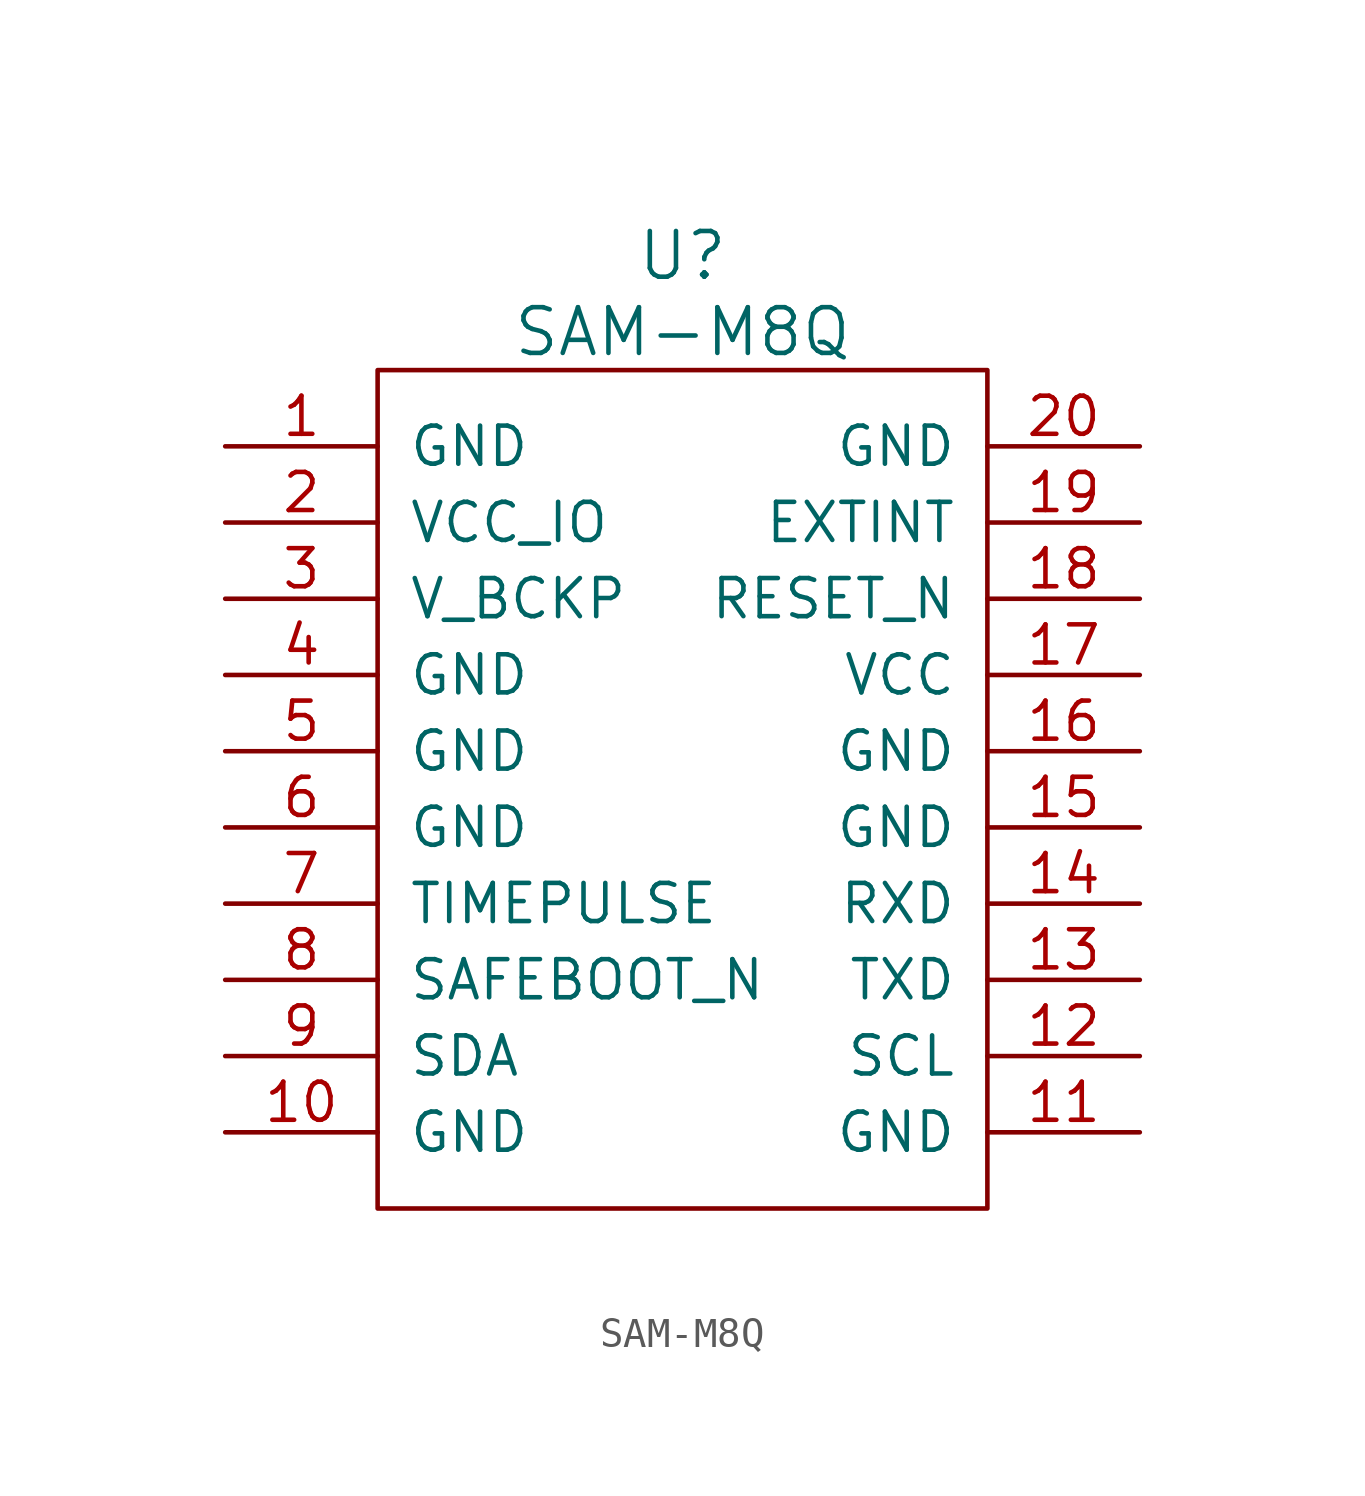
<source format=kicad_sym>
(kicad_symbol_lib
  (version 20201005)
  (generator kicad_symbol_editor)
  (symbol "SAM-M8Q"
    (pin_names
      (offset 1.016))
    (property "Reference" "U"
      (at 0 17.78 0)
      (effects (font (size 1.524 1.524))))
    (property "Value" "SAM-M8Q"
      (at 0 15.24 0)
      (effects (font (size 1.524 1.524))))
    (symbol "SAM-M8Q_0_1"
      (rectangle (start -10.16 13.97) (end 10.16 -13.97) (stroke (width 0)) (fill (type none))))
    (symbol "SAM-M8Q_1_1"
      (pin power_in line (at -15.24 11.43 0) (length 5.08) (name "GND" (effects (font (size 1.27 1.27)))) (number "1" (effects (font (size 1.27 1.27)))))
      (pin power_in line (at -15.24 -11.43 0) (length 5.08) (name "GND" (effects (font (size 1.27 1.27)))) (number "10" (effects (font (size 1.27 1.27)))))
      (pin power_in line (at 15.24 -11.43 180) (length 5.08) (name "GND" (effects (font (size 1.27 1.27)))) (number "11" (effects (font (size 1.27 1.27)))))
      (pin input line (at 15.24 -8.89 180) (length 5.08) (name "SCL" (effects (font (size 1.27 1.27)))) (number "12" (effects (font (size 1.27 1.27)))))
      (pin output line (at 15.24 -6.35 180) (length 5.08) (name "TXD" (effects (font (size 1.27 1.27)))) (number "13" (effects (font (size 1.27 1.27)))))
      (pin input line (at 15.24 -3.81 180) (length 5.08) (name "RXD" (effects (font (size 1.27 1.27)))) (number "14" (effects (font (size 1.27 1.27)))))
      (pin power_in line (at 15.24 -1.27 180) (length 5.08) (name "GND" (effects (font (size 1.27 1.27)))) (number "15" (effects (font (size 1.27 1.27)))))
      (pin power_in line (at 15.24 1.27 180) (length 5.08) (name "GND" (effects (font (size 1.27 1.27)))) (number "16" (effects (font (size 1.27 1.27)))))
      (pin power_in line (at 15.24 3.81 180) (length 5.08) (name "VCC" (effects (font (size 1.27 1.27)))) (number "17" (effects (font (size 1.27 1.27)))))
      (pin input line (at 15.24 6.35 180) (length 5.08) (name "RESET_N" (effects (font (size 1.27 1.27)))) (number "18" (effects (font (size 1.27 1.27)))))
      (pin input line (at 15.24 8.89 180) (length 5.08) (name "EXTINT" (effects (font (size 1.27 1.27)))) (number "19" (effects (font (size 1.27 1.27)))))
      (pin power_in line (at -15.24 8.89 0) (length 5.08) (name "VCC_IO" (effects (font (size 1.27 1.27)))) (number "2" (effects (font (size 1.27 1.27)))))
      (pin power_in line (at 15.24 11.43 180) (length 5.08) (name "GND" (effects (font (size 1.27 1.27)))) (number "20" (effects (font (size 1.27 1.27)))))
      (pin power_in line (at -15.24 6.35 0) (length 5.08) (name "V_BCKP" (effects (font (size 1.27 1.27)))) (number "3" (effects (font (size 1.27 1.27)))))
      (pin power_in line (at -15.24 3.81 0) (length 5.08) (name "GND" (effects (font (size 1.27 1.27)))) (number "4" (effects (font (size 1.27 1.27)))))
      (pin power_in line (at -15.24 1.27 0) (length 5.08) (name "GND" (effects (font (size 1.27 1.27)))) (number "5" (effects (font (size 1.27 1.27)))))
      (pin power_in line (at -15.24 -1.27 0) (length 5.08) (name "GND" (effects (font (size 1.27 1.27)))) (number "6" (effects (font (size 1.27 1.27)))))
      (pin output line (at -15.24 -3.81 0) (length 5.08) (name "TIMEPULSE" (effects (font (size 1.27 1.27)))) (number "7" (effects (font (size 1.27 1.27)))))
      (pin input line (at -15.24 -6.35 0) (length 5.08) (name "SAFEBOOT_N" (effects (font (size 1.27 1.27)))) (number "8" (effects (font (size 1.27 1.27)))))
      (pin bidirectional line (at -15.24 -8.89 0) (length 5.08) (name "SDA" (effects (font (size 1.27 1.27)))) (number "9" (effects (font (size 1.27 1.27))))))))
</source>
